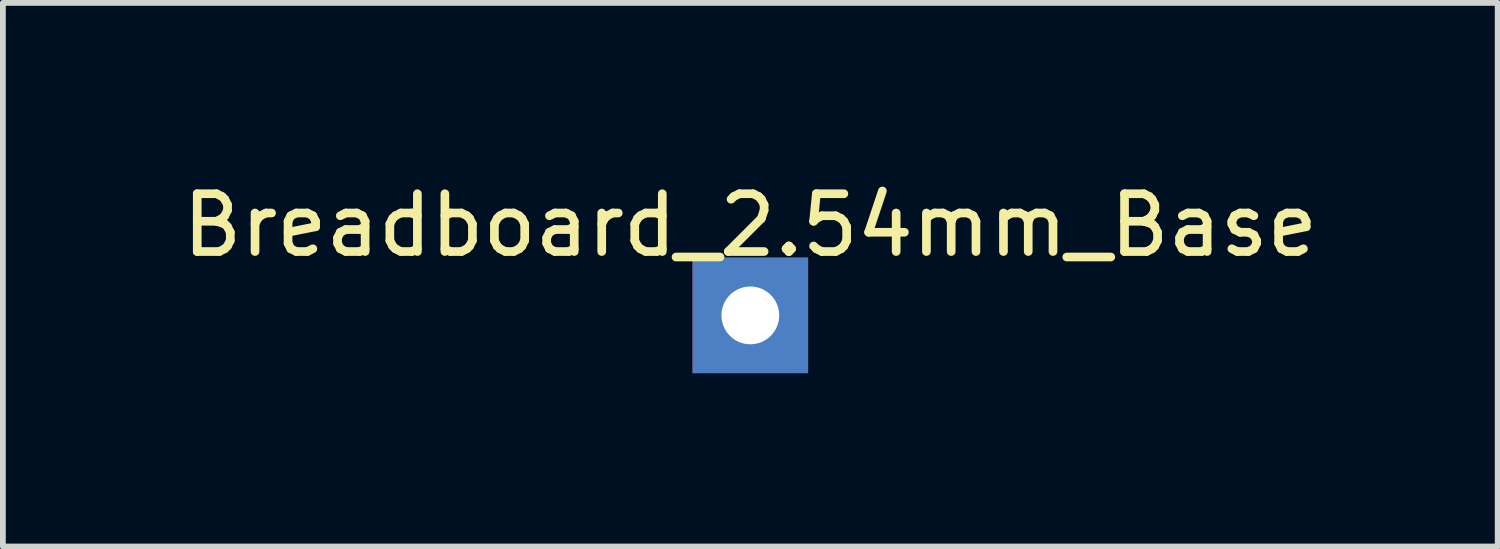
<source format=kicad_pcb>
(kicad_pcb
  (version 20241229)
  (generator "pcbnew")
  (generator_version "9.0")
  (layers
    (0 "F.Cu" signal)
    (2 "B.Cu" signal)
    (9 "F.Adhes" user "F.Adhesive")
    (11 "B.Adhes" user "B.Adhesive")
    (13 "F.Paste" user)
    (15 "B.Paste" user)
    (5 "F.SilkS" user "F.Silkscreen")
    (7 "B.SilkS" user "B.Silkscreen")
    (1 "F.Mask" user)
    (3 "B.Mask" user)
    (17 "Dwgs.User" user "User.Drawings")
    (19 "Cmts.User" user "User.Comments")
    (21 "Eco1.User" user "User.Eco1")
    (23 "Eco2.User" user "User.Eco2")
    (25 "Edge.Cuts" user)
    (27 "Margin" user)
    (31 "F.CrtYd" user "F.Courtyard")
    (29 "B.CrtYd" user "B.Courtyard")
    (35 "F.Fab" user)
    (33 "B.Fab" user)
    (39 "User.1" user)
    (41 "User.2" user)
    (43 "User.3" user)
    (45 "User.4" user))
  (footprint "Breadboard_2.54mm_Base"
    (layer "F.Cu")
    (at 9.935 2.408)
    (property "Reference" "Breadboard_2.54mm_Base" (at 0 -1.56 0) (layer "F.SilkS") (effects (font (size 1 1) (thickness 0.15))))
    (attr through_hole)
    (pad "1" thru_hole rect (at 0 0) (size 2 2) (drill 1) (layers "*.Cu" "*.Mask")))
  (gr_rect
    (start -3 -3)
    (end 22.869 6.408)
    (stroke (width 0.1) (type default))
    (fill no)
    (layer "Edge.Cuts")))
</source>
